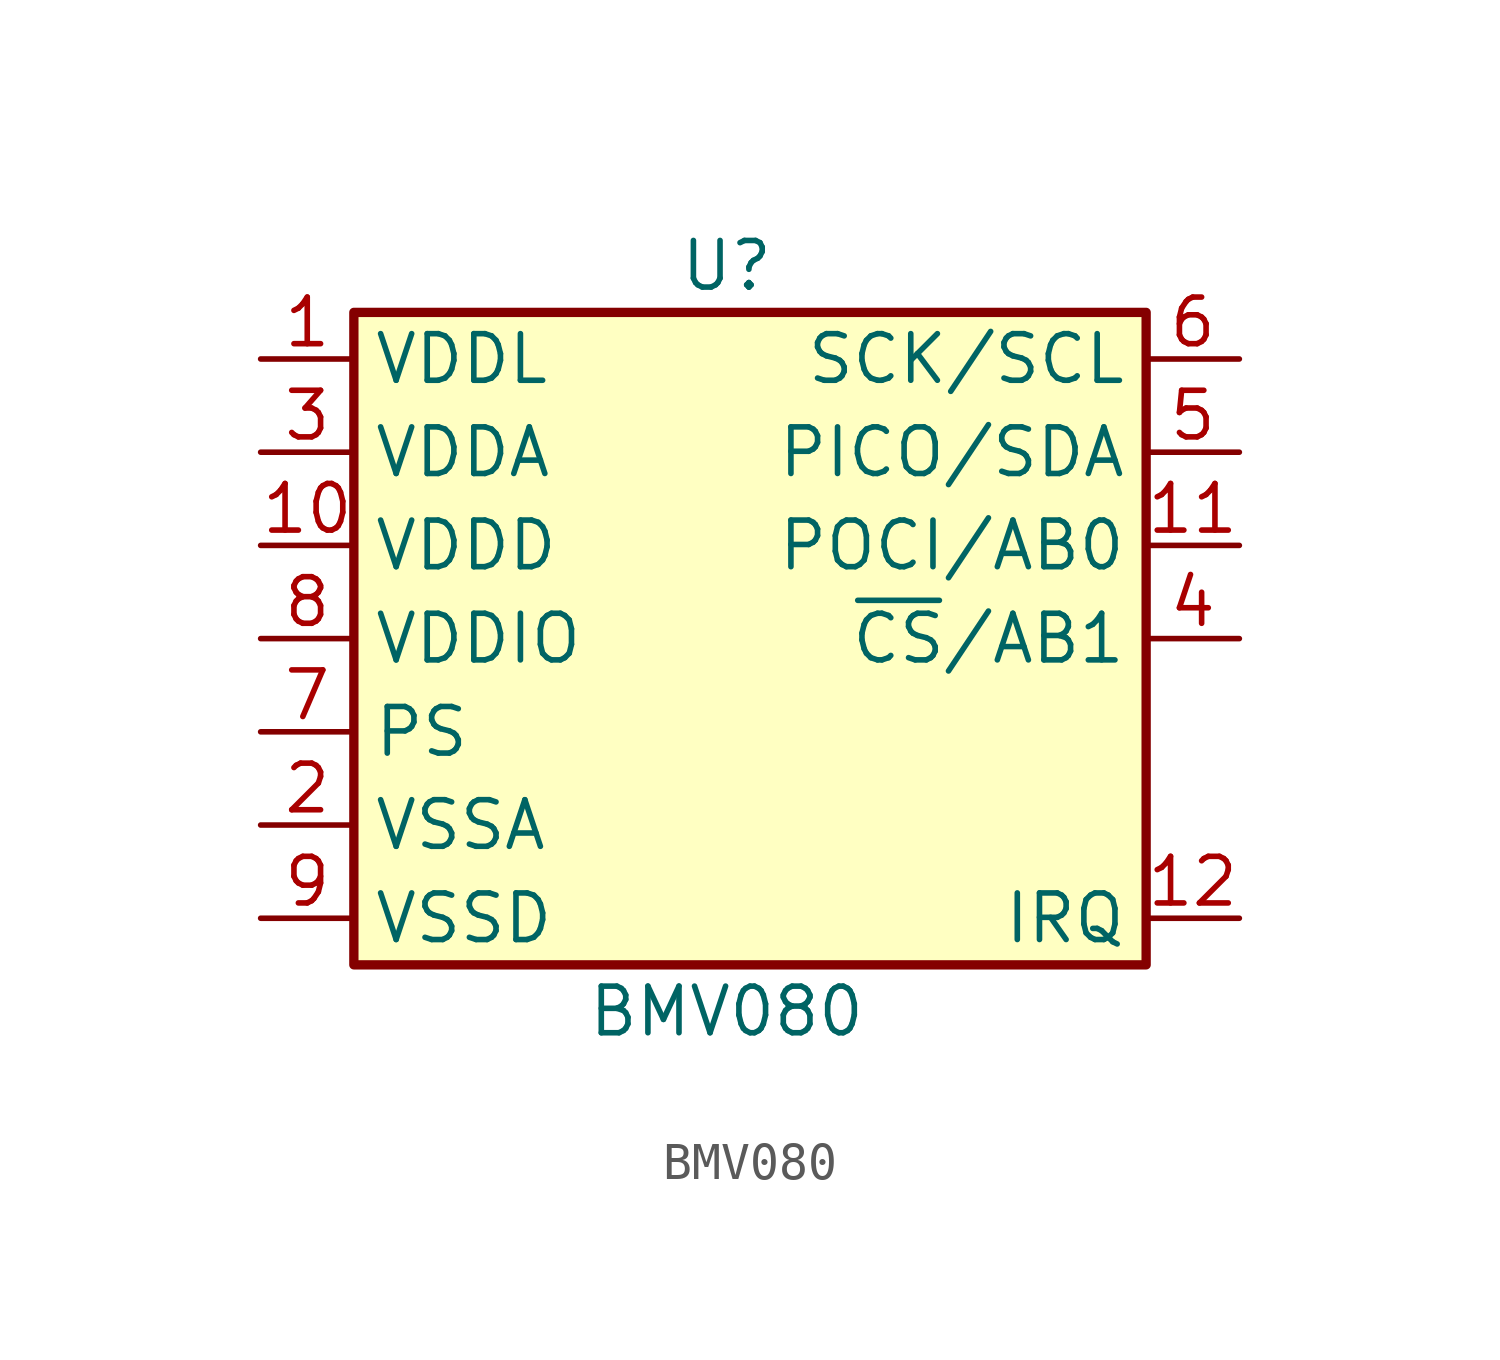
<source format=kicad_sym>
(kicad_symbol_lib
  (version 20231120)
  (generator "kicad_symbol_editor")
  (generator_version "8.0")
  (symbol "BMV080"
    (property "Reference" "U"
      (at 0 10.16 0)
      (effects (font (size 1.27 1.27))))
    (property "Value" "BMV080"
      (at 0 -10.16 0)
      (effects (font (size 1.27 1.27))))
    (symbol "BMV080_0_1"
      (rectangle (start -10.16 8.89) (end 11.43 -8.89) (stroke (width 0.254) (type default)) (fill (type background))))
    (symbol "BMV080_1_1"
      (pin power_in line (at -12.7 7.62 0) (length 2.54) (name "VDDL" (effects (font (size 1.27 1.27)))) (number "1" (effects (font (size 1.27 1.27)))))
      (pin power_in line (at -12.7 2.54 0) (length 2.54) (name "VDDD" (effects (font (size 1.27 1.27)))) (number "10" (effects (font (size 1.27 1.27)))))
      (pin bidirectional line (at 13.97 2.54 180) (length 2.54) (name "POCI/AB0" (effects (font (size 1.27 1.27)))) (number "11" (effects (font (size 1.27 1.27)))))
      (pin output line (at 13.97 -7.62 180) (length 2.54) (name "IRQ" (effects (font (size 1.27 1.27)))) (number "12" (effects (font (size 1.27 1.27)))))
      (pin no_connect line (at 11.43 -5.08 180) (length 2.54) hide (name "NC" (effects (font (size 1.27 1.27)))) (number "13" (effects (font (size 1.27 1.27)))))
      (pin power_in line (at -12.7 -5.08 0) (length 2.54) (name "VSSA" (effects (font (size 1.27 1.27)))) (number "2" (effects (font (size 1.27 1.27)))))
      (pin power_in line (at -12.7 5.08 0) (length 2.54) (name "VDDA" (effects (font (size 1.27 1.27)))) (number "3" (effects (font (size 1.27 1.27)))))
      (pin input line (at 13.97 0 180) (length 2.54) (name "~{CS}/AB1" (effects (font (size 1.27 1.27)))) (number "4" (effects (font (size 1.27 1.27)))))
      (pin bidirectional line (at 13.97 5.08 180) (length 2.54) (name "PICO/SDA" (effects (font (size 1.27 1.27)))) (number "5" (effects (font (size 1.27 1.27)))))
      (pin input line (at 13.97 7.62 180) (length 2.54) (name "SCK/SCL" (effects (font (size 1.27 1.27)))) (number "6" (effects (font (size 1.27 1.27)))))
      (pin input line (at -12.7 -2.54 0) (length 2.54) (name "PS" (effects (font (size 1.27 1.27)))) (number "7" (effects (font (size 1.27 1.27)))))
      (pin power_in line (at -12.7 0 0) (length 2.54) (name "VDDIO" (effects (font (size 1.27 1.27)))) (number "8" (effects (font (size 1.27 1.27)))))
      (pin power_in line (at -12.7 -7.62 0) (length 2.54) (name "VSSD" (effects (font (size 1.27 1.27)))) (number "9" (effects (font (size 1.27 1.27))))))))
</source>
